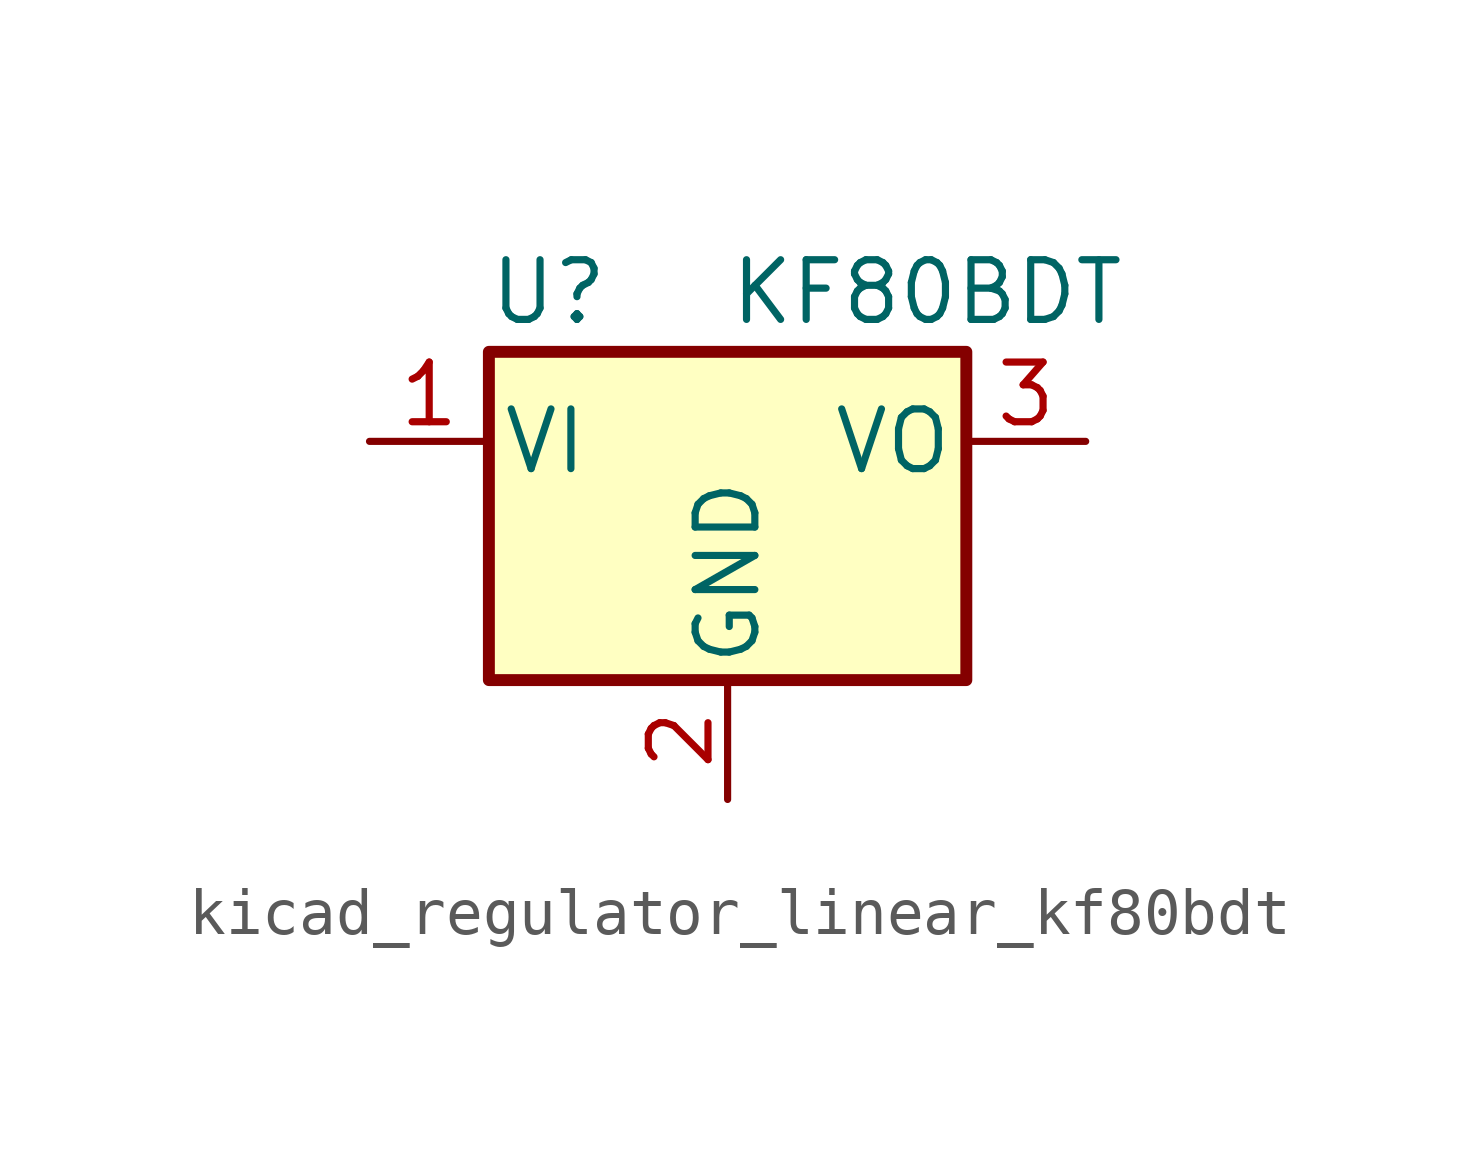
<source format=kicad_sym>
(kicad_symbol_lib
  (version 20220914)
  (generator kicad_symbol_editor)
  (symbol "kicad_regulator_linear_kf80bdt"
    (pin_names
      (offset 0.254))
    (property "Reference" "U"
      (at -3.81 3.175 0)
      (effects (font (size 1.27 1.27))))
    (property "Value" "KF80BDT"
      (at 0 3.175 0)
      (effects (font (size 1.27 1.27)) (justify left)))
    (symbol "kicad_regulator_linear_kf80bdt_0_1"
      (rectangle (start -5.08 1.905) (end 5.08 -5.08) (stroke (width 0.254) (type default)) (fill (type background))))
    (symbol "kicad_regulator_linear_kf80bdt_1_1"
      (pin power_in line (at -7.62 0 0) (length 2.54) (name "VI" (effects (font (size 1.27 1.27)))) (number "1" (effects (font (size 1.27 1.27)))))
      (pin power_in line (at 0 -7.62 90) (length 2.54) (name "GND" (effects (font (size 1.27 1.27)))) (number "2" (effects (font (size 1.27 1.27)))))
      (pin power_out line (at 7.62 0 180) (length 2.54) (name "VO" (effects (font (size 1.27 1.27)))) (number "3" (effects (font (size 1.27 1.27))))))))
</source>
